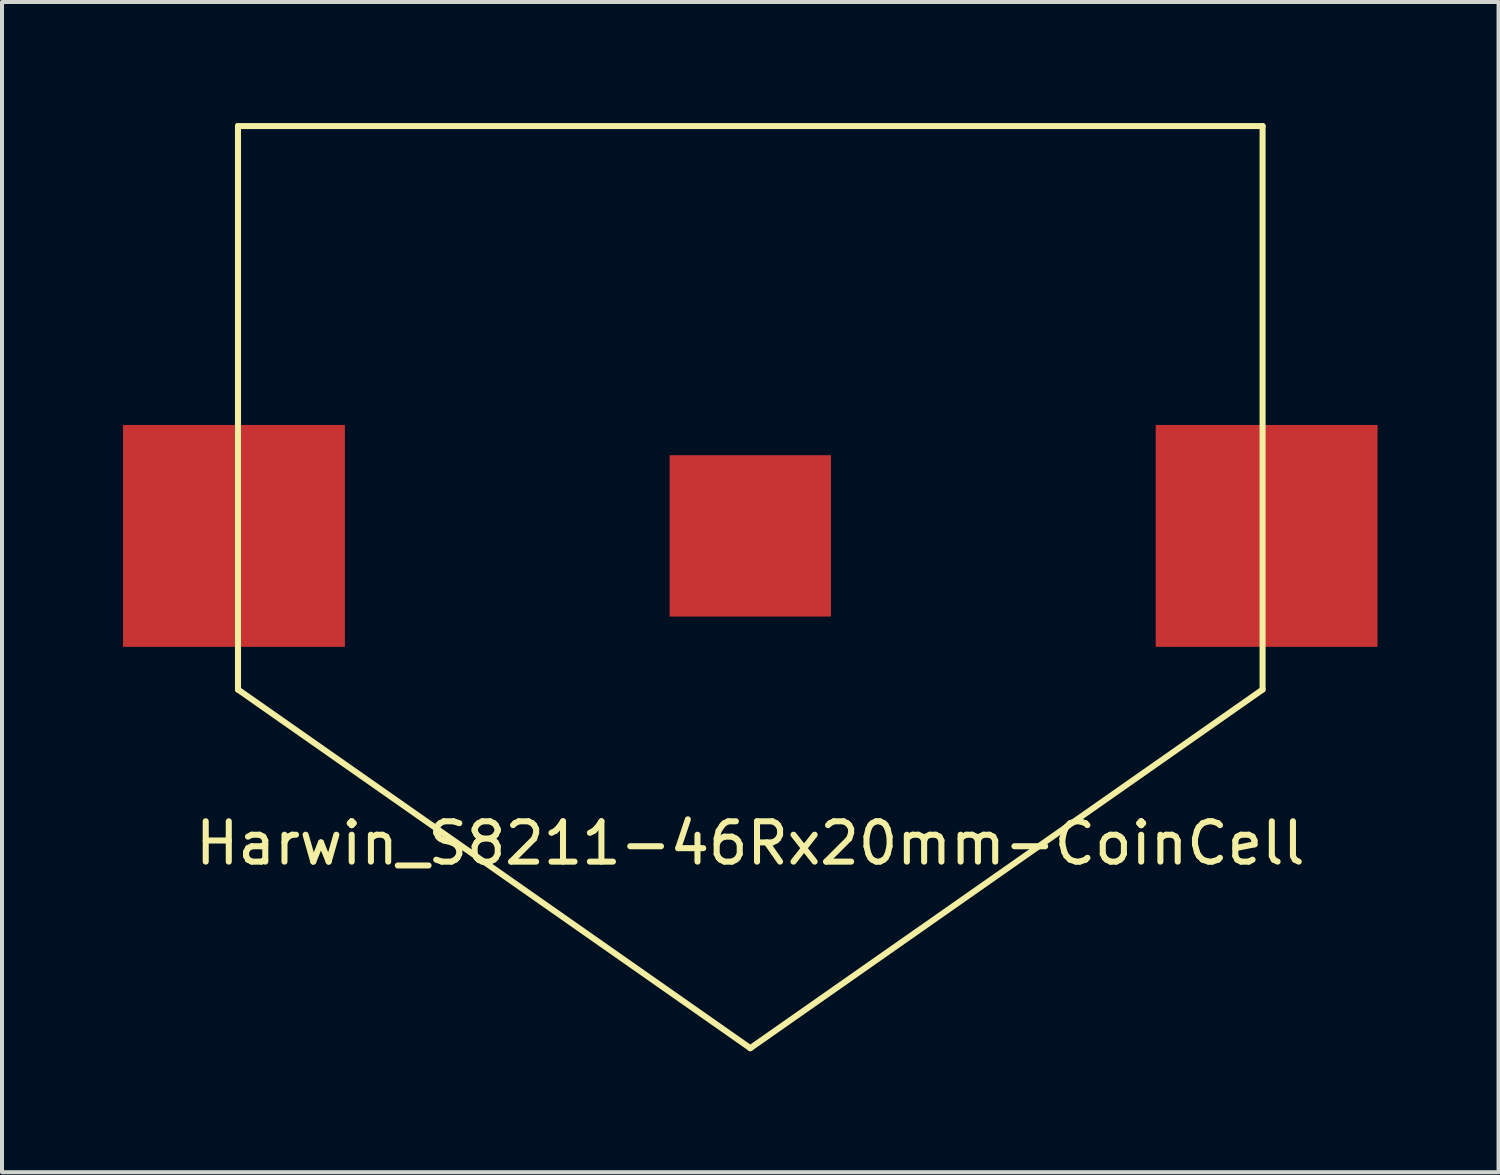
<source format=kicad_pcb>
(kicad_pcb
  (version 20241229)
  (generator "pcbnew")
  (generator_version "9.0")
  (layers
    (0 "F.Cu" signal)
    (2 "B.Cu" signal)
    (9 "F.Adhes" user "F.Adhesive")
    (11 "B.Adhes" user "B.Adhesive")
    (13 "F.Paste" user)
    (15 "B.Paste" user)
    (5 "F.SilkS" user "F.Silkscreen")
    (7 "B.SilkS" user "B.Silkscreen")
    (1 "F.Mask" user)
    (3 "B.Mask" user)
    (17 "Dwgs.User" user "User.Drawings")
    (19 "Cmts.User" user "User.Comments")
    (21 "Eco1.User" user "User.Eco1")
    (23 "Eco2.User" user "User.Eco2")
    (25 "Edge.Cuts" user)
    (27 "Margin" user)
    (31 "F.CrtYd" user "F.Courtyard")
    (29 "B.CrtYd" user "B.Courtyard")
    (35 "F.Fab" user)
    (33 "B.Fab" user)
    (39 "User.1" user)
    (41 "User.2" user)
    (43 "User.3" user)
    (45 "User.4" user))
  (footprint "Harwin_S8211-46Rx20mm-CoinCell"
    (layer "F.Cu")
    (at 15.55 10.235)
    (property "Reference" "Harwin_S8211-46Rx20mm-CoinCell" (at 0 7.62 0) (layer "F.SilkS") (effects (font (size 1 1) (thickness 0.15))))
    (attr through_hole)
    (fp_line (start -12.7 -8.89) (end -12.7 -10.16) (stroke (width 0.15) (type solid)) (layer "F.SilkS"))
    (fp_line (start -12.7 -8.89) (end -12.7 3.81) (stroke (width 0.15) (type solid)) (layer "F.SilkS"))
    (fp_line (start -12.7 3.81) (end 0 12.7) (stroke (width 0.15) (type solid)) (layer "F.SilkS"))
    (fp_line (start 0 12.7) (end 12.7 3.81) (stroke (width 0.15) (type solid)) (layer "F.SilkS"))
    (fp_line (start 12.7 -10.16) (end -12.7 -10.16) (stroke (width 0.15) (type solid)) (layer "F.SilkS"))
    (fp_line (start 12.7 3.81) (end 12.7 -10.16) (stroke (width 0.15) (type solid)) (layer "F.SilkS"))
    (pad "1" smd rect (at -12.8 0) (size 5.5 5.5) (layers "F.Cu" "F.Mask" "F.Paste"))
    (pad "1" smd rect (at 12.8 0) (size 5.5 5.5) (layers "F.Cu" "F.Mask" "F.Paste"))
    (pad "2" smd rect (at 0 0) (size 4 4) (layers "F.Cu" "F.Mask" "F.Paste")))
  (gr_rect
    (start -3 -3)
    (end 34.1 26.01)
    (stroke (width 0.1) (type default))
    (fill no)
    (layer "Edge.Cuts")))
</source>
